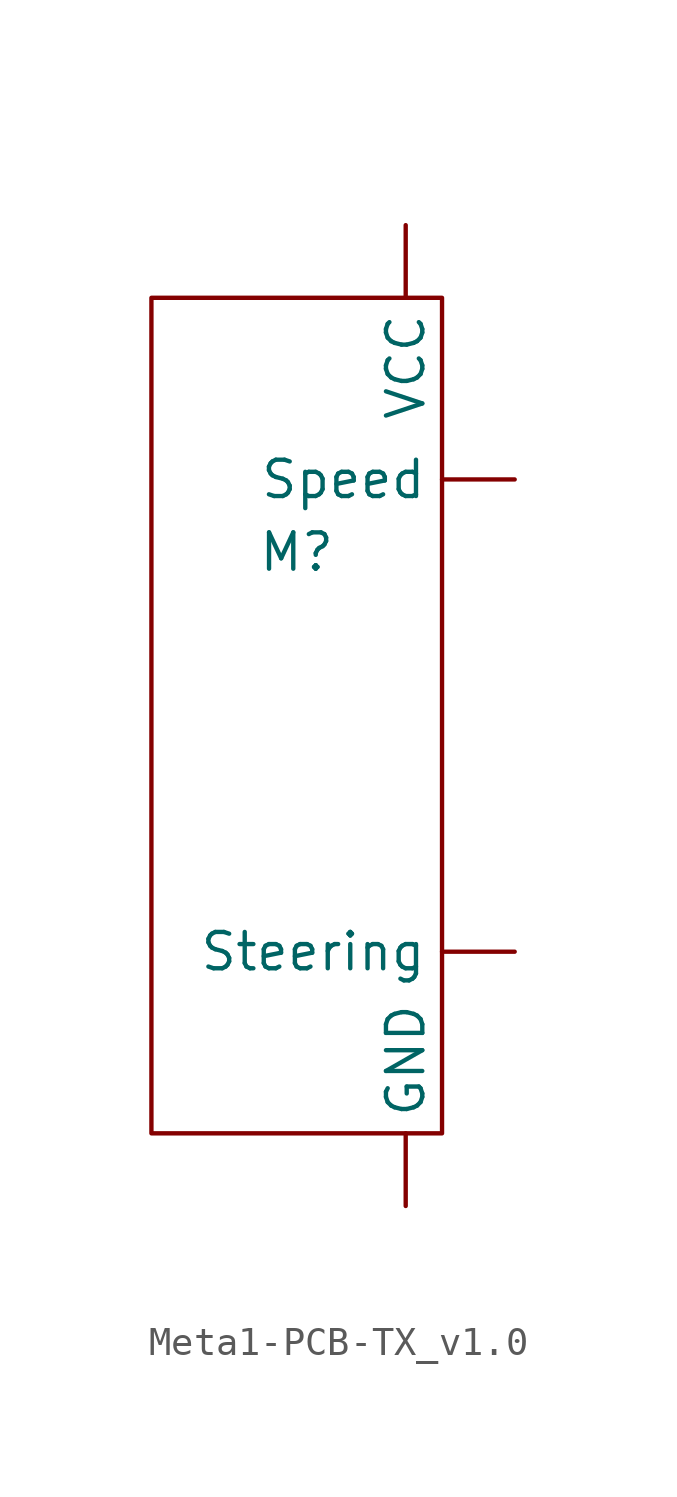
<source format=kicad_sym>
(kicad_symbol_lib
  (version 20231120)
  (generator "kicad_symbol_editor")
  (generator_version "8.0")
  (symbol "Meta1-PCB-TX_v1.0"
    (property "Reference" "M"
      (at 0 0 0)
      (effects (font (size 1.27 1.27))))
    (property "Value" ""
      (at 0 0 0)
      (effects (font (size 1.27 1.27))))
    (symbol "Meta1-PCB-TX_v1.0_0_1"
      (rectangle (start -5.08 8.89) (end 5.08 -20.32) (stroke (width 0) (type default)) (fill (type none))))
    (symbol "Meta1-PCB-TX_v1.0_1_1"
      (pin input line (at 3.81 -22.86 90) (length 2.54) (name "GND" (effects (font (size 1.27 1.27)))) (number "" (effects (font (size 1.27 1.27)))))
      (pin input line (at 7.62 2.54 180) (length 2.54) (name "Speed" (effects (font (size 1.27 1.27)))) (number "" (effects (font (size 1.27 1.27)))))
      (pin input line (at 7.62 -13.97 180) (length 2.54) (name "Steering" (effects (font (size 1.27 1.27)))) (number "" (effects (font (size 1.27 1.27)))))
      (pin input line (at 3.81 11.43 270) (length 2.54) (name "VCC" (effects (font (size 1.27 1.27)))) (number "" (effects (font (size 1.27 1.27))))))))
</source>
